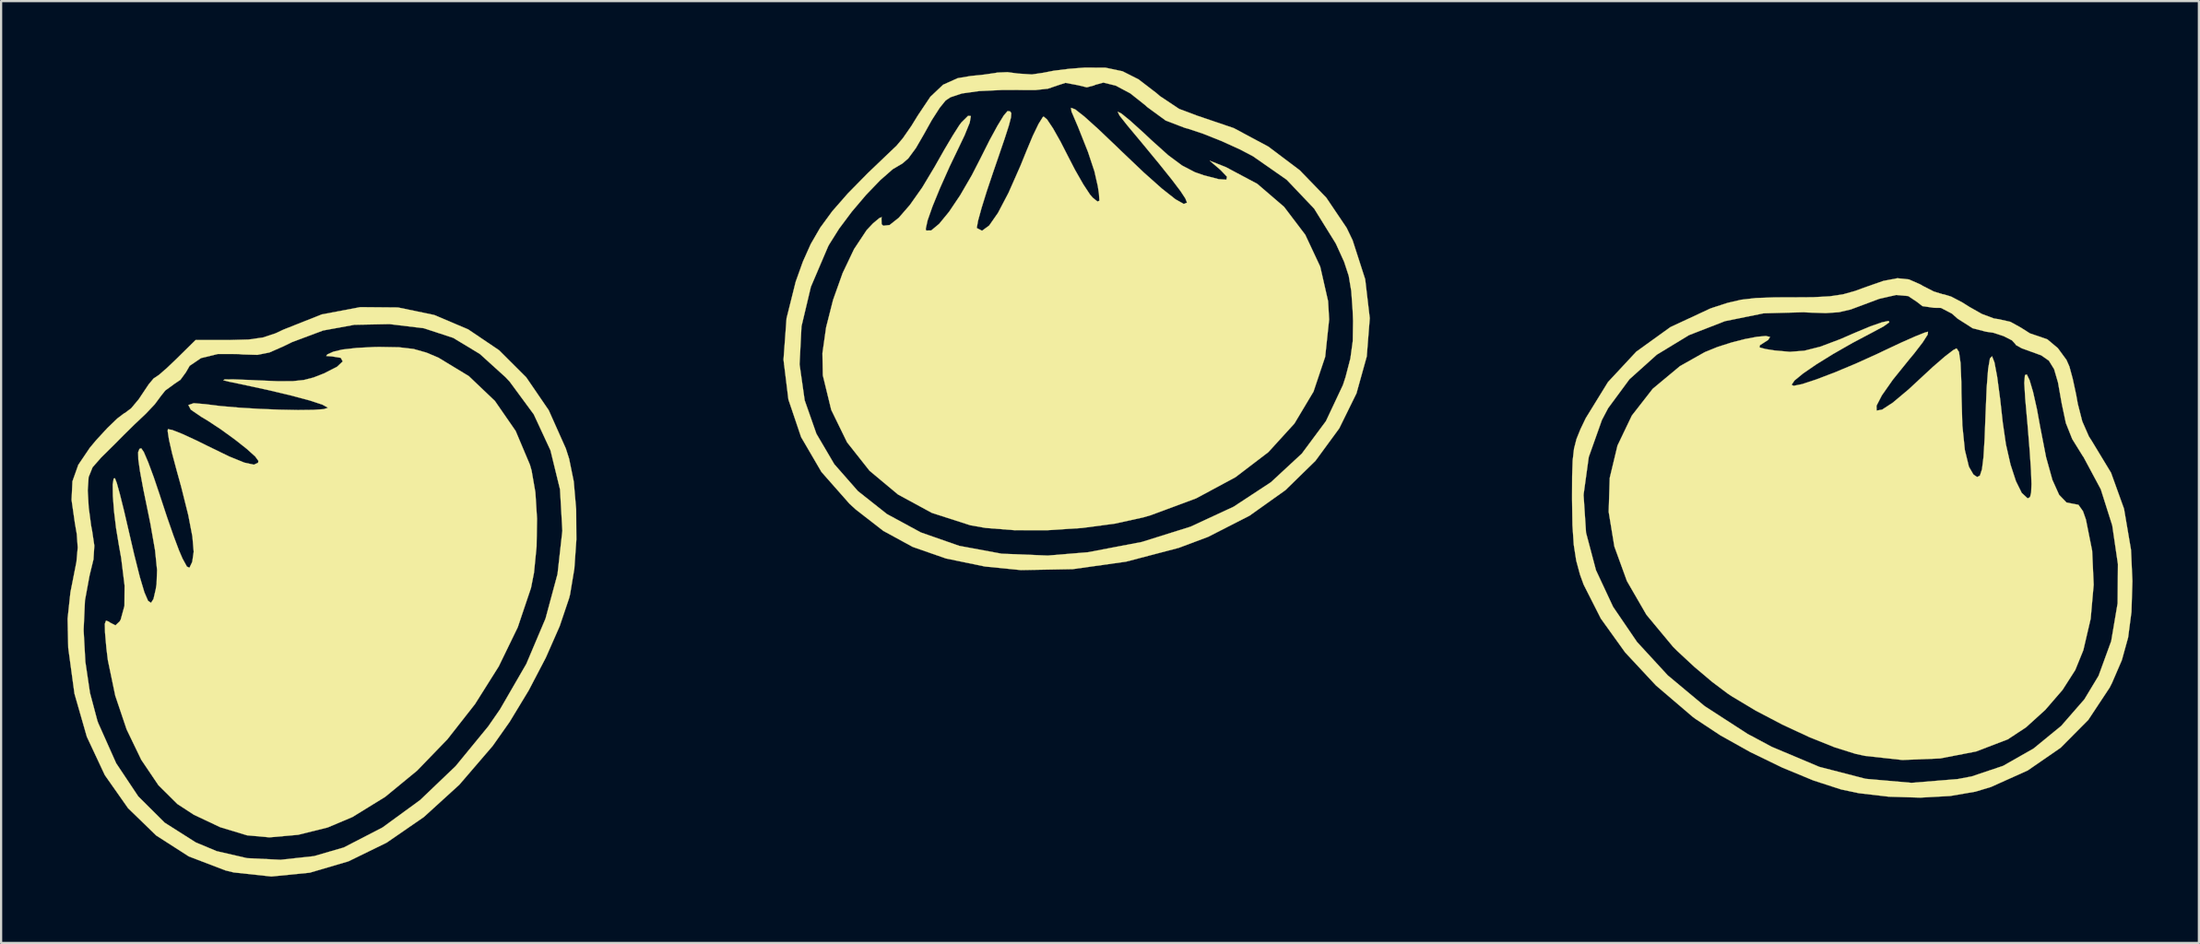
<source format=kicad_pcb>
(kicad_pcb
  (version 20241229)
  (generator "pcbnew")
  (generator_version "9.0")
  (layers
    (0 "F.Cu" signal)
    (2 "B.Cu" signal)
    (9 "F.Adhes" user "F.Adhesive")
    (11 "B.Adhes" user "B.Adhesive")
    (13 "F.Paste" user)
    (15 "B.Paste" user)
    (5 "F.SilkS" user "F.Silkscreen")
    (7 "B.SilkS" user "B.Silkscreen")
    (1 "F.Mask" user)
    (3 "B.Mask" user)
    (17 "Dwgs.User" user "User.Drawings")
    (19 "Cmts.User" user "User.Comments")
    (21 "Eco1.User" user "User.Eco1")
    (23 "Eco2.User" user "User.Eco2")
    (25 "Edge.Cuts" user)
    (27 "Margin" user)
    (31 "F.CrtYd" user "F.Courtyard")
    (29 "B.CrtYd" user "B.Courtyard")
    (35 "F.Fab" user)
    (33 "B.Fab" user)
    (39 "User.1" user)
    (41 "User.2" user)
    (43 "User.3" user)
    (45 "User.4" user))
  (footprint "dumplings"
    (layer "F.Cu")
    (at 46.634 16.458)
    (property "Reference" "dumplings" (at 0 0 0) (layer "F.SilkS") (effects (font (size 1.524 1.524) (thickness 0.3))))
    (attr through_hole)
    (fp_poly (pts (xy -31.7 -5.612) (xy -30.062 -5.272) (xy -28.527 -4.621) (xy -27.129 -3.677) (xy -25.904 -2.454) (xy -24.888 -0.968) (xy -24.115 0.763) (xy -23.967 1.223) (xy -23.757 2.253) (xy -23.648 3.514) (xy -23.638 4.872) (xy -23.73 6.195) (xy -23.922 7.351) (xy -23.966 7.526) (xy -24.392 8.791) (xy -25.02 10.218) (xy -25.793 11.697) (xy -26.653 13.116) (xy -27.42 14.205) (xy -28.926 15.958) (xy -30.533 17.421) (xy -32.213 18.579) (xy -33.939 19.422) (xy -35.684 19.935) (xy -37.42 20.107) (xy -39.121 19.924) (xy -39.491 19.834) (xy -41.151 19.2) (xy -42.625 18.254) (xy -43.896 17.021) (xy -44.947 15.525) (xy -45.76 13.79) (xy -46.319 11.842) (xy -46.601 9.768) (xy -46.618 8.968) (xy -45.906 8.968) (xy -45.827 10.403) (xy -45.618 11.809) (xy -45.285 13.062) (xy -45.246 13.17) (xy -44.434 14.99) (xy -43.436 16.487) (xy -42.242 17.675) (xy -40.841 18.565) (xy -39.892 18.962) (xy -38.52 19.278) (xy -37.006 19.352) (xy -35.496 19.187) (xy -34.147 18.795) (xy -32.401 17.893) (xy -30.701 16.654) (xy -29.094 15.118) (xy -27.623 13.325) (xy -27.09 12.555) (xy -25.9 10.499) (xy -25.033 8.452) (xy -24.49 6.438) (xy -24.271 4.483) (xy -24.377 2.611) (xy -24.808 0.848) (xy -25.564 -0.781) (xy -26.647 -2.252) (xy -26.833 -2.453) (xy -28.001 -3.511) (xy -29.203 -4.237) (xy -30.53 -4.672) (xy -32.069 -4.858) (xy -32.08 -4.859) (xy -33.668 -4.829) (xy -35.085 -4.57) (xy -36.481 -4.048) (xy -36.906 -3.842) (xy -37.513 -3.576) (xy -38.054 -3.469) (xy -38.724 -3.488) (xy -38.901 -3.506) (xy -39.838 -3.509) (xy -40.598 -3.324) (xy -41.114 -2.975) (xy -41.283 -2.681) (xy -41.53 -2.343) (xy -41.799 -2.162) (xy -42.216 -1.858) (xy -42.412 -1.612) (xy -42.688 -1.239) (xy -43.092 -0.811) (xy -43.141 -0.765) (xy -43.623 -0.309) (xy -44.067 0.129) (xy -44.082 0.143) (xy -44.487 0.552) (xy -44.981 1.041) (xy -45.109 1.166) (xy -45.502 1.614) (xy -45.68 2.058) (xy -45.72 2.659) (xy -45.676 3.425) (xy -45.566 4.251) (xy -45.521 4.486) (xy -45.422 5.154) (xy -45.46 5.77) (xy -45.639 6.509) (xy -45.845 7.629) (xy -45.906 8.968) (xy -46.618 8.968) (xy -46.629 8.455) (xy -46.501 7.26) (xy -46.393 6.718) (xy -46.229 5.883) (xy -46.171 5.242) (xy -46.214 4.63) (xy -46.298 4.146) (xy -46.45 3.087) (xy -46.41 2.245) (xy -46.146 1.501) (xy -45.627 0.733) (xy -45.339 0.388) (xy -44.834 -0.16) (xy -44.387 -0.591) (xy -44.079 -0.825) (xy -44.04 -0.842) (xy -43.756 -1.055) (xy -43.406 -1.475) (xy -43.264 -1.689) (xy -42.968 -2.132) (xy -42.743 -2.403) (xy -42.684 -2.441) (xy -42.498 -2.566) (xy -42.13 -2.887) (xy -41.705 -3.293) (xy -40.846 -4.139) (xy -39.326 -4.139) (xy -38.45 -4.163) (xy -37.804 -4.254) (xy -37.241 -4.439) (xy -36.874 -4.611) (xy -35.141 -5.298) (xy -33.405 -5.626) (xy -31.7 -5.612)) (stroke (width 0.01) (type solid)) (fill yes) (layer "F.SilkS"))
    (fp_poly (pts (xy 0.271 -16.449) (xy 1.041 -16.287) (xy 1.766 -15.921) (xy 2.568 -15.306) (xy 2.728 -15.167) (xy 3.6 -14.586) (xy 4.416 -14.279) (xy 6.067 -13.719) (xy 7.634 -12.88) (xy 9.049 -11.814) (xy 10.249 -10.574) (xy 11.167 -9.213) (xy 11.439 -8.649) (xy 12.007 -6.886) (xy 12.214 -5.126) (xy 12.078 -3.398) (xy 11.613 -1.729) (xy 10.835 -0.147) (xy 9.76 1.32) (xy 8.404 2.645) (xy 6.781 3.8) (xy 4.909 4.756) (xy 3.586 5.252) (xy 1.199 5.878) (xy -1.209 6.216) (xy -3.551 6.258) (xy -5.174 6.097) (xy -6.94 5.733) (xy -8.44 5.21) (xy -9.768 4.486) (xy -11.014 3.519) (xy -11.3 3.256) (xy -12.562 1.825) (xy -13.483 0.247) (xy -14.057 -1.453) (xy -14.252 -3.042) (xy -13.553 -3.042) (xy -13.322 -1.416) (xy -12.792 0.096) (xy -11.983 1.472) (xy -10.914 2.69) (xy -9.604 3.726) (xy -8.072 4.557) (xy -6.338 5.163) (xy -4.42 5.518) (xy -2.339 5.602) (xy -0.523 5.452) (xy 1.91 4.988) (xy 4.111 4.298) (xy 6.062 3.394) (xy 7.746 2.288) (xy 9.143 0.995) (xy 10.234 -0.475) (xy 11.003 -2.109) (xy 11.12 -2.467) (xy 11.339 -3.308) (xy 11.446 -4.094) (xy 11.459 -5.002) (xy 11.442 -5.453) (xy 11.379 -6.353) (xy 11.264 -7.04) (xy 11.055 -7.678) (xy 10.712 -8.432) (xy 10.671 -8.516) (xy 9.701 -10.079) (xy 8.458 -11.386) (xy 6.934 -12.448) (xy 6.324 -12.767) (xy 5.503 -13.138) (xy 4.679 -13.466) (xy 4 -13.692) (xy 3.862 -13.728) (xy 2.992 -14.06) (xy 2.162 -14.667) (xy 2.059 -14.761) (xy 1.39 -15.29) (xy 0.736 -15.638) (xy 0.177 -15.775) (xy -0.209 -15.669) (xy -0.227 -15.652) (xy -0.571 -15.561) (xy -0.989 -15.661) (xy -1.538 -15.764) (xy -1.909 -15.643) (xy -2.328 -15.5) (xy -2.892 -15.438) (xy -2.963 -15.438) (xy -4.367 -15.442) (xy -5.438 -15.392) (xy -6.214 -15.284) (xy -6.734 -15.112) (xy -6.952 -14.967) (xy -7.221 -14.635) (xy -7.576 -14.083) (xy -7.939 -13.432) (xy -8.294 -12.819) (xy -8.64 -12.349) (xy -8.904 -12.118) (xy -8.914 -12.114) (xy -9.342 -11.861) (xy -9.907 -11.365) (xy -10.544 -10.703) (xy -11.186 -9.948) (xy -11.765 -9.175) (xy -12.215 -8.458) (xy -12.261 -8.373) (xy -13.042 -6.543) (xy -13.466 -4.758) (xy -13.553 -3.042) (xy -14.252 -3.042) (xy -14.278 -3.25) (xy -14.141 -5.119) (xy -13.728 -6.773) (xy -13.403 -7.682) (xy -13.047 -8.478) (xy -12.619 -9.218) (xy -12.075 -9.961) (xy -11.373 -10.763) (xy -10.47 -11.682) (xy -9.324 -12.777) (xy -9.178 -12.914) (xy -8.881 -13.266) (xy -8.501 -13.813) (xy -8.211 -14.284) (xy -7.642 -15.134) (xy -7.067 -15.678) (xy -6.405 -15.975) (xy -5.833 -16.071) (xy -5.224 -16.135) (xy -4.724 -16.207) (xy -4.613 -16.228) (xy -4.158 -16.247) (xy -3.672 -16.183) (xy -3.056 -16.143) (xy -2.54 -16.219) (xy -2.059 -16.313) (xy -1.36 -16.399) (xy -0.667 -16.453) (xy 0.271 -16.449)) (stroke (width 0.01) (type solid)) (fill yes) (layer "F.SilkS"))
    (fp_poly (pts (xy 35.693 -4.942) (xy 35.433 -4.757) (xy 34.967 -4.505) (xy 34.024 -4.007) (xy 33.151 -3.508) (xy 32.394 -3.039) (xy 31.799 -2.631) (xy 31.411 -2.313) (xy 31.276 -2.118) (xy 31.368 -2.07) (xy 31.751 -2.147) (xy 32.395 -2.359) (xy 33.224 -2.675) (xy 34.16 -3.066) (xy 35.126 -3.502) (xy 35.459 -3.661) (xy 36.214 -4.016) (xy 36.852 -4.299) (xy 37.292 -4.475) (xy 37.441 -4.516) (xy 37.425 -4.385) (xy 37.203 -4.037) (xy 36.817 -3.535) (xy 36.605 -3.28) (xy 35.851 -2.346) (xy 35.355 -1.638) (xy 35.113 -1.17) (xy 35.119 -0.951) (xy 35.368 -0.995) (xy 35.853 -1.312) (xy 36.57 -1.914) (xy 37.041 -2.352) (xy 37.662 -2.927) (xy 38.196 -3.389) (xy 38.579 -3.684) (xy 38.732 -3.763) (xy 38.84 -3.6) (xy 38.911 -3.102) (xy 38.946 -2.251) (xy 38.951 -1.74) (xy 38.992 -0.283) (xy 39.105 0.829) (xy 39.289 1.587) (xy 39.493 1.939) (xy 39.66 2.052) (xy 39.786 1.987) (xy 39.879 1.703) (xy 39.947 1.159) (xy 39.999 0.316) (xy 40.04 -0.755) (xy 40.092 -1.982) (xy 40.158 -2.833) (xy 40.239 -3.308) (xy 40.334 -3.407) (xy 40.443 -3.13) (xy 40.566 -2.477) (xy 40.703 -1.448) (xy 40.816 -0.425) (xy 40.961 0.574) (xy 41.168 1.486) (xy 41.414 2.24) (xy 41.675 2.769) (xy 41.93 3.005) (xy 41.972 3.01) (xy 42.054 2.952) (xy 42.102 2.749) (xy 42.117 2.363) (xy 42.095 1.755) (xy 42.037 0.883) (xy 41.941 -0.29) (xy 41.833 -1.505) (xy 41.792 -2.2) (xy 41.82 -2.552) (xy 41.904 -2.585) (xy 42.031 -2.323) (xy 42.188 -1.792) (xy 42.363 -1.014) (xy 42.506 -0.23) (xy 42.776 1.156) (xy 43.061 2.181) (xy 43.366 2.858) (xy 43.699 3.202) (xy 43.952 3.253) (xy 44.238 3.307) (xy 44.444 3.597) (xy 44.576 3.974) (xy 44.858 5.384) (xy 44.927 6.919) (xy 44.791 8.457) (xy 44.46 9.877) (xy 44.095 10.775) (xy 43.519 11.675) (xy 42.739 12.577) (xy 41.87 13.365) (xy 41.048 13.907) (xy 39.616 14.456) (xy 37.991 14.771) (xy 36.281 14.841) (xy 34.595 14.656) (xy 34.165 14.563) (xy 33.222 14.268) (xy 32.082 13.81) (xy 30.857 13.24) (xy 29.658 12.612) (xy 28.598 11.977) (xy 28.387 11.838) (xy 27.684 11.309) (xy 26.875 10.626) (xy 26.108 9.913) (xy 25.916 9.721) (xy 24.716 8.277) (xy 23.835 6.754) (xy 23.267 5.191) (xy 23.01 3.624) (xy 23.058 2.091) (xy 23.409 0.629) (xy 24.057 -0.725) (xy 24.999 -1.934) (xy 26.231 -2.96) (xy 27.355 -3.593) (xy 27.928 -3.826) (xy 28.555 -4.026) (xy 29.171 -4.184) (xy 29.711 -4.286) (xy 30.11 -4.322) (xy 30.302 -4.28) (xy 30.222 -4.149) (xy 30.109 -4.074) (xy 29.844 -3.905) (xy 29.826 -3.806) (xy 30.101 -3.733) (xy 30.515 -3.668) (xy 31.197 -3.607) (xy 31.852 -3.657) (xy 32.577 -3.84) (xy 33.471 -4.177) (xy 34.116 -4.457) (xy 34.837 -4.759) (xy 35.362 -4.941) (xy 35.658 -5.003) (xy 35.693 -4.942)) (stroke (width 0.01) (type solid)) (fill yes) (layer "F.SilkS"))
    (fp_poly (pts (xy -1.098 -14.565) (xy -0.688 -14.244) (xy -0.046 -13.666) (xy 0.84 -12.821) (xy 0.98 -12.685) (xy 2.006 -11.709) (xy 2.827 -10.979) (xy 3.432 -10.503) (xy 3.811 -10.289) (xy 3.951 -10.348) (xy 3.951 -10.362) (xy 3.882 -10.537) (xy 3.663 -10.871) (xy 3.271 -11.389) (xy 2.686 -12.119) (xy 1.887 -13.088) (xy 1.252 -13.849) (xy 0.91 -14.282) (xy 0.825 -14.457) (xy 0.987 -14.38) (xy 1.384 -14.057) (xy 2.006 -13.495) (xy 2.336 -13.185) (xy 3.107 -12.492) (xy 3.734 -12.027) (xy 4.312 -11.726) (xy 4.71 -11.587) (xy 5.389 -11.41) (xy 5.735 -11.386) (xy 5.761 -11.521) (xy 5.478 -11.818) (xy 5.436 -11.855) (xy 4.986 -12.242) (xy 5.712 -11.955) (xy 7.133 -11.198) (xy 8.341 -10.161) (xy 9.3 -8.897) (xy 9.975 -7.458) (xy 10.331 -5.895) (xy 10.378 -5.071) (xy 10.199 -3.381) (xy 9.672 -1.808) (xy 8.811 -0.367) (xy 7.631 0.928) (xy 6.146 2.06) (xy 4.371 3.015) (xy 2.319 3.777) (xy 1.976 3.877) (xy 0.688 4.16) (xy -0.786 4.355) (xy -2.327 4.455) (xy -3.82 4.457) (xy -5.145 4.353) (xy -5.833 4.233) (xy -7.576 3.672) (xy -9.105 2.841) (xy -10.39 1.769) (xy -11.405 0.485) (xy -12.121 -0.982) (xy -12.501 -2.543) (xy -12.519 -3.543) (xy -12.353 -4.713) (xy -12.038 -5.954) (xy -11.606 -7.166) (xy -11.09 -8.249) (xy -10.523 -9.104) (xy -10.235 -9.411) (xy -9.942 -9.655) (xy -9.835 -9.693) (xy -9.851 -9.656) (xy -9.845 -9.378) (xy -9.771 -9.305) (xy -9.484 -9.337) (xy -9.07 -9.665) (xy -8.566 -10.246) (xy -8.008 -11.036) (xy -7.434 -11.994) (xy -7.429 -12.004) (xy -7.011 -12.741) (xy -6.631 -13.381) (xy -6.344 -13.832) (xy -6.243 -13.97) (xy -5.938 -14.272) (xy -5.812 -14.263) (xy -5.864 -13.964) (xy -6.095 -13.394) (xy -6.269 -13.029) (xy -6.774 -11.977) (xy -7.206 -11.009) (xy -7.545 -10.181) (xy -7.767 -9.549) (xy -7.851 -9.168) (xy -7.834 -9.089) (xy -7.602 -9.093) (xy -7.244 -9.391) (xy -6.796 -9.937) (xy -6.293 -10.685) (xy -5.769 -11.587) (xy -5.375 -12.355) (xy -4.969 -13.163) (xy -4.605 -13.831) (xy -4.322 -14.293) (xy -4.156 -14.485) (xy -4.146 -14.487) (xy -4.038 -14.473) (xy -3.985 -14.395) (xy -4 -14.2) (xy -4.094 -13.838) (xy -4.282 -13.254) (xy -4.574 -12.397) (xy -4.79 -11.77) (xy -5.091 -10.874) (xy -5.33 -10.105) (xy -5.487 -9.532) (xy -5.542 -9.226) (xy -5.537 -9.198) (xy -5.306 -9.079) (xy -4.986 -9.312) (xy -4.585 -9.888) (xy -4.11 -10.794) (xy -3.569 -12.019) (xy -3.298 -12.687) (xy -3.011 -13.373) (xy -2.752 -13.909) (xy -2.566 -14.208) (xy -2.524 -14.242) (xy -2.369 -14.11) (xy -2.099 -13.706) (xy -1.756 -13.098) (xy -1.501 -12.598) (xy -1.108 -11.836) (xy -0.733 -11.179) (xy -0.429 -10.717) (xy -0.305 -10.573) (xy -0.088 -10.4) (xy -0.003 -10.438) (xy -0.023 -10.75) (xy -0.075 -11.093) (xy -0.229 -11.77) (xy -0.519 -12.643) (xy -0.964 -13.764) (xy -1.264 -14.467) (xy -1.287 -14.636) (xy -1.098 -14.565)) (stroke (width 0.01) (type solid)) (fill yes) (layer "F.SilkS"))
    (fp_poly (pts (xy -31.66 -3.813) (xy -30.997 -3.736) (xy -30.411 -3.57) (xy -29.875 -3.344) (xy -28.499 -2.509) (xy -27.32 -1.387) (xy -26.383 -0.032) (xy -25.737 1.498) (xy -25.662 1.759) (xy -25.491 2.741) (xy -25.416 3.938) (xy -25.437 5.199) (xy -25.553 6.376) (xy -25.688 7.063) (xy -26.288 8.844) (xy -27.147 10.613) (xy -28.221 12.318) (xy -29.465 13.904) (xy -30.831 15.318) (xy -32.277 16.507) (xy -33.755 17.418) (xy -34.878 17.892) (xy -36.213 18.223) (xy -37.506 18.338) (xy -38.52 18.246) (xy -39.731 17.88) (xy -40.926 17.315) (xy -41.67 16.83) (xy -42.525 15.981) (xy -43.3 14.833) (xy -43.962 13.459) (xy -44.476 11.933) (xy -44.81 10.328) (xy -44.876 9.788) (xy -44.938 9.081) (xy -44.947 8.686) (xy -44.893 8.542) (xy -44.769 8.587) (xy -44.722 8.625) (xy -44.467 8.756) (xy -44.274 8.574) (xy -44.228 8.491) (xy -44.061 7.879) (xy -44.054 6.956) (xy -44.208 5.71) (xy -44.309 5.144) (xy -44.439 4.359) (xy -44.532 3.587) (xy -44.584 2.905) (xy -44.591 2.39) (xy -44.547 2.118) (xy -44.488 2.11) (xy -44.406 2.326) (xy -44.267 2.828) (xy -44.09 3.536) (xy -43.944 4.164) (xy -43.625 5.54) (xy -43.367 6.566) (xy -43.16 7.261) (xy -42.994 7.646) (xy -42.86 7.74) (xy -42.748 7.562) (xy -42.648 7.133) (xy -42.609 6.89) (xy -42.586 6.258) (xy -42.676 5.369) (xy -42.884 4.18) (xy -42.974 3.737) (xy -43.206 2.607) (xy -43.357 1.795) (xy -43.434 1.253) (xy -43.441 0.931) (xy -43.384 0.781) (xy -43.302 0.753) (xy -43.186 0.921) (xy -42.989 1.381) (xy -42.736 2.063) (xy -42.454 2.899) (xy -42.434 2.963) (xy -42.133 3.875) (xy -41.844 4.705) (xy -41.599 5.359) (xy -41.438 5.734) (xy -41.238 6.099) (xy -41.123 6.153) (xy -41.013 5.922) (xy -40.995 5.873) (xy -40.931 5.429) (xy -40.99 4.738) (xy -41.176 3.771) (xy -41.494 2.499) (xy -41.705 1.736) (xy -41.907 0.978) (xy -42.047 0.364) (xy -42.107 -0.023) (xy -42.097 -0.111) (xy -41.898 -0.074) (xy -41.441 0.107) (xy -40.804 0.401) (xy -40.308 0.646) (xy -39.329 1.122) (xy -38.64 1.402) (xy -38.214 1.495) (xy -38.023 1.408) (xy -38.006 1.323) (xy -38.151 1.124) (xy -38.532 0.781) (xy -39.071 0.355) (xy -39.687 -0.092) (xy -40.303 -0.499) (xy -40.593 -0.672) (xy -41.061 -0.992) (xy -41.172 -1.201) (xy -40.929 -1.285) (xy -40.405 -1.241) (xy -39.712 -1.155) (xy -38.874 -1.083) (xy -37.964 -1.028) (xy -37.054 -0.992) (xy -36.218 -0.976) (xy -35.527 -0.984) (xy -35.055 -1.016) (xy -34.873 -1.075) (xy -34.876 -1.088) (xy -35.117 -1.22) (xy -35.682 -1.406) (xy -36.527 -1.632) (xy -37.605 -1.888) (xy -38.871 -2.161) (xy -39.323 -2.254) (xy -39.591 -2.322) (xy -39.532 -2.358) (xy -39.131 -2.361) (xy -38.375 -2.333) (xy -38.091 -2.319) (xy -37.14 -2.279) (xy -36.462 -2.28) (xy -35.953 -2.333) (xy -35.513 -2.447) (xy -35.038 -2.634) (xy -35.036 -2.634) (xy -34.451 -2.933) (xy -34.197 -3.173) (xy -34.284 -3.335) (xy -34.677 -3.399) (xy -34.945 -3.419) (xy -34.889 -3.491) (xy -34.619 -3.613) (xy -34.215 -3.709) (xy -33.558 -3.784) (xy -32.772 -3.824) (xy -32.55 -3.828) (xy -31.66 -3.813)) (stroke (width 0.01) (type solid)) (fill yes) (layer "F.SilkS"))
    (fp_poly (pts (xy 36.583 -6.878) (xy 37.1 -6.65) (xy 37.211 -6.584) (xy 37.699 -6.335) (xy 38.103 -6.209) (xy 38.152 -6.205) (xy 38.486 -6.103) (xy 38.985 -5.843) (xy 39.304 -5.641) (xy 39.879 -5.316) (xy 40.42 -5.114) (xy 40.643 -5.08) (xy 41.161 -4.963) (xy 41.632 -4.704) (xy 42.049 -4.439) (xy 42.383 -4.327) (xy 42.385 -4.327) (xy 42.833 -4.171) (xy 43.308 -3.773) (xy 43.696 -3.244) (xy 43.83 -2.942) (xy 43.98 -2.389) (xy 44.135 -1.669) (xy 44.21 -1.252) (xy 44.411 -0.466) (xy 44.713 0.223) (xy 44.842 0.423) (xy 45.712 1.86) (xy 46.299 3.49) (xy 46.614 5.342) (xy 46.677 6.755) (xy 46.634 8.15) (xy 46.484 9.301) (xy 46.2 10.329) (xy 45.757 11.356) (xy 45.648 11.571) (xy 44.686 13.026) (xy 43.434 14.288) (xy 41.947 15.314) (xy 40.28 16.063) (xy 39.581 16.273) (xy 38.446 16.468) (xy 37.097 16.542) (xy 35.673 16.5) (xy 34.315 16.342) (xy 33.511 16.172) (xy 32.263 15.767) (xy 30.854 15.184) (xy 29.41 14.483) (xy 28.059 13.728) (xy 26.927 12.98) (xy 26.795 12.881) (xy 25.148 11.474) (xy 23.757 9.982) (xy 22.656 8.448) (xy 21.88 6.917) (xy 21.716 6.465) (xy 21.544 5.829) (xy 21.433 5.116) (xy 21.373 4.229) (xy 21.355 3.068) (xy 21.355 3.006) (xy 21.355 2.855) (xy 21.875 2.855) (xy 21.987 4.567) (xy 22.436 6.263) (xy 23.209 7.918) (xy 24.293 9.509) (xy 25.677 11.013) (xy 27.347 12.407) (xy 29.293 13.666) (xy 30.386 14.249) (xy 32.53 15.152) (xy 34.622 15.692) (xy 36.695 15.874) (xy 38.779 15.704) (xy 39.417 15.583) (xy 40.833 15.107) (xy 42.209 14.324) (xy 43.461 13.299) (xy 44.506 12.1) (xy 45.148 11.037) (xy 45.719 9.47) (xy 46.009 7.76) (xy 46.023 5.989) (xy 45.767 4.242) (xy 45.248 2.604) (xy 44.472 1.157) (xy 44.424 1.087) (xy 43.958 0.336) (xy 43.669 -0.391) (xy 43.479 -1.291) (xy 43.474 -1.323) (xy 43.315 -2.222) (xy 43.139 -2.824) (xy 42.903 -3.206) (xy 42.56 -3.446) (xy 42.142 -3.598) (xy 41.678 -3.765) (xy 41.415 -3.913) (xy 41.393 -3.951) (xy 41.233 -4.126) (xy 40.852 -4.319) (xy 40.394 -4.469) (xy 40.064 -4.516) (xy 39.459 -4.672) (xy 38.78 -5.105) (xy 38.521 -5.334) (xy 38.026 -5.592) (xy 37.71 -5.596) (xy 37.188 -5.672) (xy 36.947 -5.86) (xy 36.548 -6.127) (xy 35.996 -6.176) (xy 35.236 -6.002) (xy 34.554 -5.747) (xy 33.947 -5.521) (xy 33.415 -5.397) (xy 32.817 -5.357) (xy 32.014 -5.384) (xy 31.825 -5.396) (xy 30.011 -5.347) (xy 28.266 -4.993) (xy 26.64 -4.361) (xy 25.185 -3.477) (xy 23.95 -2.368) (xy 22.986 -1.061) (xy 22.705 -0.527) (xy 22.11 1.149) (xy 21.875 2.855) (xy 21.355 2.855) (xy 21.359 2.014) (xy 21.383 1.302) (xy 21.444 0.773) (xy 21.557 0.331) (xy 21.74 -0.121) (xy 21.976 -0.611) (xy 22.98 -2.241) (xy 24.258 -3.614) (xy 25.8 -4.724) (xy 27.598 -5.561) (xy 27.702 -5.598) (xy 28.384 -5.819) (xy 28.998 -5.961) (xy 29.667 -6.038) (xy 30.51 -6.068) (xy 31.233 -6.069) (xy 32.248 -6.075) (xy 32.998 -6.115) (xy 33.593 -6.204) (xy 34.143 -6.357) (xy 34.557 -6.509) (xy 35.419 -6.811) (xy 36.058 -6.933) (xy 36.583 -6.878)) (stroke (width 0.01) (type solid)) (fill yes) (layer "F.SilkS")))
  (gr_rect
    (start -3 -3)
    (end 96.316 39.57)
    (stroke (width 0.1) (type default))
    (fill no)
    (layer "Edge.Cuts")))
</source>
